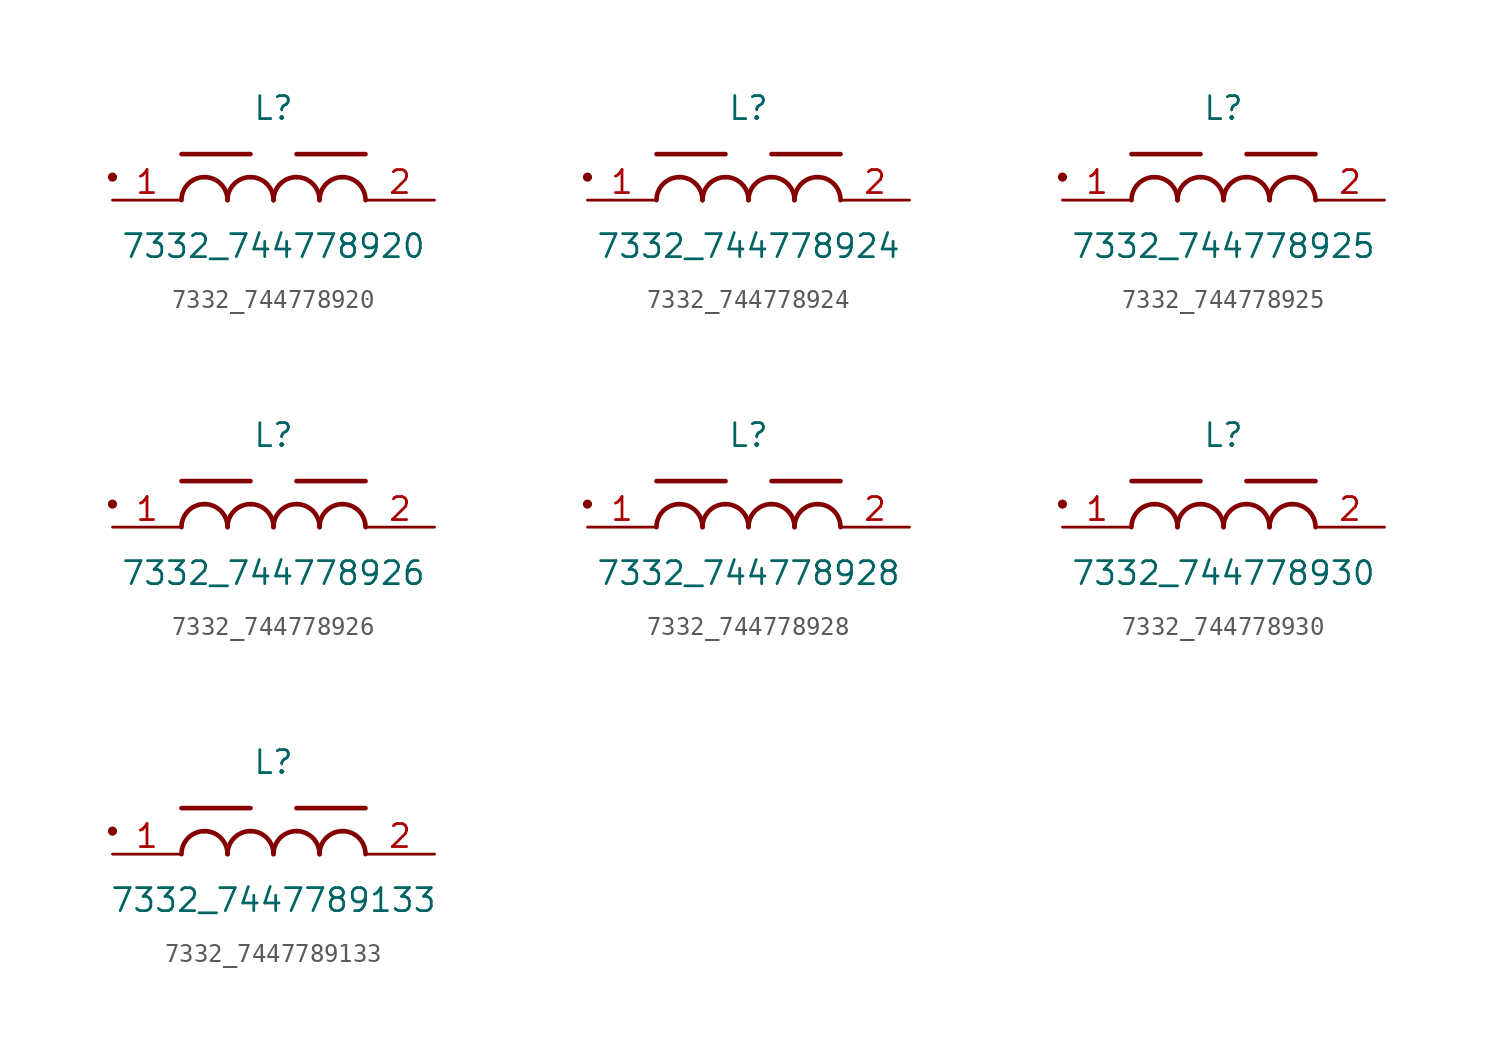
<source format=kicad_sym>
(kicad_symbol_lib
  (version 20211014)
  (generator kicad_symbol_editor)
  (symbol "Inductor_Wurth_WE-PD:7332_744778920"
    (pin_names hide)
    (property "Reference" "L"
      (at 0 5.08 0)
      (effects (font (size 1.27 1.27))))
    (property "Value" "7332_744778920"
      (at 0 -2.54 0)
      (effects (font (size 1.27 1.27))))
    (symbol "7332_744778920_0_1"
      (circle (center -8.89 1.27) (radius 0.0001) (stroke (width 0.254)) (stroke (width 0.254) (type default) (color 0 0 0 0)) (fill (type none)))
      (arc (start -3.81 1.27) (mid -4.708 0.898) (end -5.08 0) (stroke (width 0.254) (type default) (color 0 0 0 0)) (fill (type none)))
      (arc (start -2.54 0) (mid -2.912 0.898) (end -3.81 1.27) (stroke (width 0.254) (type default) (color 0 0 0 0)) (fill (type none)))
      (arc (start -1.2699 1.2701) (mid -2.1679 0.8981) (end -2.5399 0.0001) (stroke (width 0.254) (type default) (color 0 0 0 0)) (fill (type none)))
      (polyline (pts (xy -5.08 2.54) (xy -1.27 2.54)) (stroke (width 0.254) (type default) (color 0 0 0 0)) (fill (type none)))
      (polyline (pts (xy 5.08 2.54) (xy 1.27 2.54)) (stroke (width 0.254) (type default) (color 0 0 0 0)) (fill (type none)))
      (arc (start 0.0001 0.0001) (mid -0.3719 0.8981) (end -1.2699 1.2701) (stroke (width 0.254) (type default) (color 0 0 0 0)) (fill (type none)))
      (arc (start 1.2701 1.2701) (mid 0.3721 0.8981) (end 0.0001 0.0001) (stroke (width 0.254) (type default) (color 0 0 0 0)) (fill (type none)))
      (arc (start 2.5401 0.0001) (mid 2.1681 0.8981) (end 1.2701 1.2701) (stroke (width 0.254) (type default) (color 0 0 0 0)) (fill (type none)))
      (arc (start 3.8101 1.2701) (mid 2.9121 0.8981) (end 2.5401 0.0001) (stroke (width 0.254) (type default) (color 0 0 0 0)) (fill (type none)))
      (arc (start 5.0801 0.0001) (mid 4.7081 0.8981) (end 3.8101 1.2701) (stroke (width 0.254) (type default) (color 0 0 0 0)) (fill (type none))))
    (symbol "7332_744778920_1_1"
      (pin passive line (at -8.89 0 0) (length 3.81) (name "1" (effects (font (size 1.27 1.27)))) (number "1" (effects (font (size 1.27 1.27)))))
      (pin passive line (at 8.89 0 180) (length 3.81) (name "2" (effects (font (size 1.27 1.27)))) (number "2" (effects (font (size 1.27 1.27)))))))
  (symbol "Inductor_Wurth_WE-PD:7332_744778924"
    (pin_names hide)
    (property "Reference" "L"
      (at 0 5.08 0)
      (effects (font (size 1.27 1.27))))
    (property "Value" "7332_744778924"
      (at 0 -2.54 0)
      (effects (font (size 1.27 1.27))))
    (symbol "7332_744778924_0_1"
      (circle (center -8.89 1.27) (radius 0.0001) (stroke (width 0.254)) (stroke (width 0.254) (type default) (color 0 0 0 0)) (fill (type none)))
      (arc (start -3.81 1.27) (mid -4.708 0.898) (end -5.08 0) (stroke (width 0.254) (type default) (color 0 0 0 0)) (fill (type none)))
      (arc (start -2.54 0) (mid -2.912 0.898) (end -3.81 1.27) (stroke (width 0.254) (type default) (color 0 0 0 0)) (fill (type none)))
      (arc (start -1.2699 1.2701) (mid -2.1679 0.8981) (end -2.5399 0.0001) (stroke (width 0.254) (type default) (color 0 0 0 0)) (fill (type none)))
      (polyline (pts (xy -5.08 2.54) (xy -1.27 2.54)) (stroke (width 0.254) (type default) (color 0 0 0 0)) (fill (type none)))
      (polyline (pts (xy 5.08 2.54) (xy 1.27 2.54)) (stroke (width 0.254) (type default) (color 0 0 0 0)) (fill (type none)))
      (arc (start 0.0001 0.0001) (mid -0.3719 0.8981) (end -1.2699 1.2701) (stroke (width 0.254) (type default) (color 0 0 0 0)) (fill (type none)))
      (arc (start 1.2701 1.2701) (mid 0.3721 0.8981) (end 0.0001 0.0001) (stroke (width 0.254) (type default) (color 0 0 0 0)) (fill (type none)))
      (arc (start 2.5401 0.0001) (mid 2.1681 0.8981) (end 1.2701 1.2701) (stroke (width 0.254) (type default) (color 0 0 0 0)) (fill (type none)))
      (arc (start 3.8101 1.2701) (mid 2.9121 0.8981) (end 2.5401 0.0001) (stroke (width 0.254) (type default) (color 0 0 0 0)) (fill (type none)))
      (arc (start 5.0801 0.0001) (mid 4.7081 0.8981) (end 3.8101 1.2701) (stroke (width 0.254) (type default) (color 0 0 0 0)) (fill (type none))))
    (symbol "7332_744778924_1_1"
      (pin passive line (at -8.89 0 0) (length 3.81) (name "1" (effects (font (size 1.27 1.27)))) (number "1" (effects (font (size 1.27 1.27)))))
      (pin passive line (at 8.89 0 180) (length 3.81) (name "2" (effects (font (size 1.27 1.27)))) (number "2" (effects (font (size 1.27 1.27)))))))
  (symbol "Inductor_Wurth_WE-PD:7332_744778925"
    (pin_names hide)
    (property "Reference" "L"
      (at 0 5.08 0)
      (effects (font (size 1.27 1.27))))
    (property "Value" "7332_744778925"
      (at 0 -2.54 0)
      (effects (font (size 1.27 1.27))))
    (symbol "7332_744778925_0_1"
      (circle (center -8.89 1.27) (radius 0.0001) (stroke (width 0.254)) (stroke (width 0.254) (type default) (color 0 0 0 0)) (fill (type none)))
      (arc (start -3.81 1.27) (mid -4.708 0.898) (end -5.08 0) (stroke (width 0.254) (type default) (color 0 0 0 0)) (fill (type none)))
      (arc (start -2.54 0) (mid -2.912 0.898) (end -3.81 1.27) (stroke (width 0.254) (type default) (color 0 0 0 0)) (fill (type none)))
      (arc (start -1.2699 1.2701) (mid -2.1679 0.8981) (end -2.5399 0.0001) (stroke (width 0.254) (type default) (color 0 0 0 0)) (fill (type none)))
      (polyline (pts (xy -5.08 2.54) (xy -1.27 2.54)) (stroke (width 0.254) (type default) (color 0 0 0 0)) (fill (type none)))
      (polyline (pts (xy 5.08 2.54) (xy 1.27 2.54)) (stroke (width 0.254) (type default) (color 0 0 0 0)) (fill (type none)))
      (arc (start 0.0001 0.0001) (mid -0.3719 0.8981) (end -1.2699 1.2701) (stroke (width 0.254) (type default) (color 0 0 0 0)) (fill (type none)))
      (arc (start 1.2701 1.2701) (mid 0.3721 0.8981) (end 0.0001 0.0001) (stroke (width 0.254) (type default) (color 0 0 0 0)) (fill (type none)))
      (arc (start 2.5401 0.0001) (mid 2.1681 0.8981) (end 1.2701 1.2701) (stroke (width 0.254) (type default) (color 0 0 0 0)) (fill (type none)))
      (arc (start 3.8101 1.2701) (mid 2.9121 0.8981) (end 2.5401 0.0001) (stroke (width 0.254) (type default) (color 0 0 0 0)) (fill (type none)))
      (arc (start 5.0801 0.0001) (mid 4.7081 0.8981) (end 3.8101 1.2701) (stroke (width 0.254) (type default) (color 0 0 0 0)) (fill (type none))))
    (symbol "7332_744778925_1_1"
      (pin passive line (at -8.89 0 0) (length 3.81) (name "1" (effects (font (size 1.27 1.27)))) (number "1" (effects (font (size 1.27 1.27)))))
      (pin passive line (at 8.89 0 180) (length 3.81) (name "2" (effects (font (size 1.27 1.27)))) (number "2" (effects (font (size 1.27 1.27)))))))
  (symbol "Inductor_Wurth_WE-PD:7332_744778926"
    (pin_names hide)
    (property "Reference" "L"
      (at 0 5.08 0)
      (effects (font (size 1.27 1.27))))
    (property "Value" "7332_744778926"
      (at 0 -2.54 0)
      (effects (font (size 1.27 1.27))))
    (symbol "7332_744778926_0_1"
      (circle (center -8.89 1.27) (radius 0.0001) (stroke (width 0.254)) (stroke (width 0.254) (type default) (color 0 0 0 0)) (fill (type none)))
      (arc (start -3.81 1.27) (mid -4.708 0.898) (end -5.08 0) (stroke (width 0.254) (type default) (color 0 0 0 0)) (fill (type none)))
      (arc (start -2.54 0) (mid -2.912 0.898) (end -3.81 1.27) (stroke (width 0.254) (type default) (color 0 0 0 0)) (fill (type none)))
      (arc (start -1.2699 1.2701) (mid -2.1679 0.8981) (end -2.5399 0.0001) (stroke (width 0.254) (type default) (color 0 0 0 0)) (fill (type none)))
      (polyline (pts (xy -5.08 2.54) (xy -1.27 2.54)) (stroke (width 0.254) (type default) (color 0 0 0 0)) (fill (type none)))
      (polyline (pts (xy 5.08 2.54) (xy 1.27 2.54)) (stroke (width 0.254) (type default) (color 0 0 0 0)) (fill (type none)))
      (arc (start 0.0001 0.0001) (mid -0.3719 0.8981) (end -1.2699 1.2701) (stroke (width 0.254) (type default) (color 0 0 0 0)) (fill (type none)))
      (arc (start 1.2701 1.2701) (mid 0.3721 0.8981) (end 0.0001 0.0001) (stroke (width 0.254) (type default) (color 0 0 0 0)) (fill (type none)))
      (arc (start 2.5401 0.0001) (mid 2.1681 0.8981) (end 1.2701 1.2701) (stroke (width 0.254) (type default) (color 0 0 0 0)) (fill (type none)))
      (arc (start 3.8101 1.2701) (mid 2.9121 0.8981) (end 2.5401 0.0001) (stroke (width 0.254) (type default) (color 0 0 0 0)) (fill (type none)))
      (arc (start 5.0801 0.0001) (mid 4.7081 0.8981) (end 3.8101 1.2701) (stroke (width 0.254) (type default) (color 0 0 0 0)) (fill (type none))))
    (symbol "7332_744778926_1_1"
      (pin passive line (at -8.89 0 0) (length 3.81) (name "1" (effects (font (size 1.27 1.27)))) (number "1" (effects (font (size 1.27 1.27)))))
      (pin passive line (at 8.89 0 180) (length 3.81) (name "2" (effects (font (size 1.27 1.27)))) (number "2" (effects (font (size 1.27 1.27)))))))
  (symbol "Inductor_Wurth_WE-PD:7332_744778928"
    (pin_names hide)
    (property "Reference" "L"
      (at 0 5.08 0)
      (effects (font (size 1.27 1.27))))
    (property "Value" "7332_744778928"
      (at 0 -2.54 0)
      (effects (font (size 1.27 1.27))))
    (symbol "7332_744778928_0_1"
      (circle (center -8.89 1.27) (radius 0.0001) (stroke (width 0.254)) (stroke (width 0.254) (type default) (color 0 0 0 0)) (fill (type none)))
      (arc (start -3.81 1.27) (mid -4.708 0.898) (end -5.08 0) (stroke (width 0.254) (type default) (color 0 0 0 0)) (fill (type none)))
      (arc (start -2.54 0) (mid -2.912 0.898) (end -3.81 1.27) (stroke (width 0.254) (type default) (color 0 0 0 0)) (fill (type none)))
      (arc (start -1.2699 1.2701) (mid -2.1679 0.8981) (end -2.5399 0.0001) (stroke (width 0.254) (type default) (color 0 0 0 0)) (fill (type none)))
      (polyline (pts (xy -5.08 2.54) (xy -1.27 2.54)) (stroke (width 0.254) (type default) (color 0 0 0 0)) (fill (type none)))
      (polyline (pts (xy 5.08 2.54) (xy 1.27 2.54)) (stroke (width 0.254) (type default) (color 0 0 0 0)) (fill (type none)))
      (arc (start 0.0001 0.0001) (mid -0.3719 0.8981) (end -1.2699 1.2701) (stroke (width 0.254) (type default) (color 0 0 0 0)) (fill (type none)))
      (arc (start 1.2701 1.2701) (mid 0.3721 0.8981) (end 0.0001 0.0001) (stroke (width 0.254) (type default) (color 0 0 0 0)) (fill (type none)))
      (arc (start 2.5401 0.0001) (mid 2.1681 0.8981) (end 1.2701 1.2701) (stroke (width 0.254) (type default) (color 0 0 0 0)) (fill (type none)))
      (arc (start 3.8101 1.2701) (mid 2.9121 0.8981) (end 2.5401 0.0001) (stroke (width 0.254) (type default) (color 0 0 0 0)) (fill (type none)))
      (arc (start 5.0801 0.0001) (mid 4.7081 0.8981) (end 3.8101 1.2701) (stroke (width 0.254) (type default) (color 0 0 0 0)) (fill (type none))))
    (symbol "7332_744778928_1_1"
      (pin passive line (at -8.89 0 0) (length 3.81) (name "1" (effects (font (size 1.27 1.27)))) (number "1" (effects (font (size 1.27 1.27)))))
      (pin passive line (at 8.89 0 180) (length 3.81) (name "2" (effects (font (size 1.27 1.27)))) (number "2" (effects (font (size 1.27 1.27)))))))
  (symbol "Inductor_Wurth_WE-PD:7332_744778930"
    (pin_names hide)
    (property "Reference" "L"
      (at 0 5.08 0)
      (effects (font (size 1.27 1.27))))
    (property "Value" "7332_744778930"
      (at 0 -2.54 0)
      (effects (font (size 1.27 1.27))))
    (symbol "7332_744778930_0_1"
      (circle (center -8.89 1.27) (radius 0.0001) (stroke (width 0.254)) (stroke (width 0.254) (type default) (color 0 0 0 0)) (fill (type none)))
      (arc (start -3.81 1.27) (mid -4.708 0.898) (end -5.08 0) (stroke (width 0.254) (type default) (color 0 0 0 0)) (fill (type none)))
      (arc (start -2.54 0) (mid -2.912 0.898) (end -3.81 1.27) (stroke (width 0.254) (type default) (color 0 0 0 0)) (fill (type none)))
      (arc (start -1.2699 1.2701) (mid -2.1679 0.8981) (end -2.5399 0.0001) (stroke (width 0.254) (type default) (color 0 0 0 0)) (fill (type none)))
      (polyline (pts (xy -5.08 2.54) (xy -1.27 2.54)) (stroke (width 0.254) (type default) (color 0 0 0 0)) (fill (type none)))
      (polyline (pts (xy 5.08 2.54) (xy 1.27 2.54)) (stroke (width 0.254) (type default) (color 0 0 0 0)) (fill (type none)))
      (arc (start 0.0001 0.0001) (mid -0.3719 0.8981) (end -1.2699 1.2701) (stroke (width 0.254) (type default) (color 0 0 0 0)) (fill (type none)))
      (arc (start 1.2701 1.2701) (mid 0.3721 0.8981) (end 0.0001 0.0001) (stroke (width 0.254) (type default) (color 0 0 0 0)) (fill (type none)))
      (arc (start 2.5401 0.0001) (mid 2.1681 0.8981) (end 1.2701 1.2701) (stroke (width 0.254) (type default) (color 0 0 0 0)) (fill (type none)))
      (arc (start 3.8101 1.2701) (mid 2.9121 0.8981) (end 2.5401 0.0001) (stroke (width 0.254) (type default) (color 0 0 0 0)) (fill (type none)))
      (arc (start 5.0801 0.0001) (mid 4.7081 0.8981) (end 3.8101 1.2701) (stroke (width 0.254) (type default) (color 0 0 0 0)) (fill (type none))))
    (symbol "7332_744778930_1_1"
      (pin passive line (at -8.89 0 0) (length 3.81) (name "1" (effects (font (size 1.27 1.27)))) (number "1" (effects (font (size 1.27 1.27)))))
      (pin passive line (at 8.89 0 180) (length 3.81) (name "2" (effects (font (size 1.27 1.27)))) (number "2" (effects (font (size 1.27 1.27)))))))
  (symbol "Inductor_Wurth_WE-PD:7332_7447789133"
    (pin_names hide)
    (property "Reference" "L"
      (at 0 5.08 0)
      (effects (font (size 1.27 1.27))))
    (property "Value" "7332_7447789133"
      (at 0 -2.54 0)
      (effects (font (size 1.27 1.27))))
    (symbol "7332_7447789133_0_1"
      (circle (center -8.89 1.27) (radius 0.0001) (stroke (width 0.254)) (stroke (width 0.254) (type default) (color 0 0 0 0)) (fill (type none)))
      (arc (start -3.81 1.27) (mid -4.708 0.898) (end -5.08 0) (stroke (width 0.254) (type default) (color 0 0 0 0)) (fill (type none)))
      (arc (start -2.54 0) (mid -2.912 0.898) (end -3.81 1.27) (stroke (width 0.254) (type default) (color 0 0 0 0)) (fill (type none)))
      (arc (start -1.2699 1.2701) (mid -2.1679 0.8981) (end -2.5399 0.0001) (stroke (width 0.254) (type default) (color 0 0 0 0)) (fill (type none)))
      (polyline (pts (xy -5.08 2.54) (xy -1.27 2.54)) (stroke (width 0.254) (type default) (color 0 0 0 0)) (fill (type none)))
      (polyline (pts (xy 5.08 2.54) (xy 1.27 2.54)) (stroke (width 0.254) (type default) (color 0 0 0 0)) (fill (type none)))
      (arc (start 0.0001 0.0001) (mid -0.3719 0.8981) (end -1.2699 1.2701) (stroke (width 0.254) (type default) (color 0 0 0 0)) (fill (type none)))
      (arc (start 1.2701 1.2701) (mid 0.3721 0.8981) (end 0.0001 0.0001) (stroke (width 0.254) (type default) (color 0 0 0 0)) (fill (type none)))
      (arc (start 2.5401 0.0001) (mid 2.1681 0.8981) (end 1.2701 1.2701) (stroke (width 0.254) (type default) (color 0 0 0 0)) (fill (type none)))
      (arc (start 3.8101 1.2701) (mid 2.9121 0.8981) (end 2.5401 0.0001) (stroke (width 0.254) (type default) (color 0 0 0 0)) (fill (type none)))
      (arc (start 5.0801 0.0001) (mid 4.7081 0.8981) (end 3.8101 1.2701) (stroke (width 0.254) (type default) (color 0 0 0 0)) (fill (type none))))
    (symbol "7332_7447789133_1_1"
      (pin passive line (at -8.89 0 0) (length 3.81) (name "1" (effects (font (size 1.27 1.27)))) (number "1" (effects (font (size 1.27 1.27)))))
      (pin passive line (at 8.89 0 180) (length 3.81) (name "2" (effects (font (size 1.27 1.27)))) (number "2" (effects (font (size 1.27 1.27))))))))
</source>
